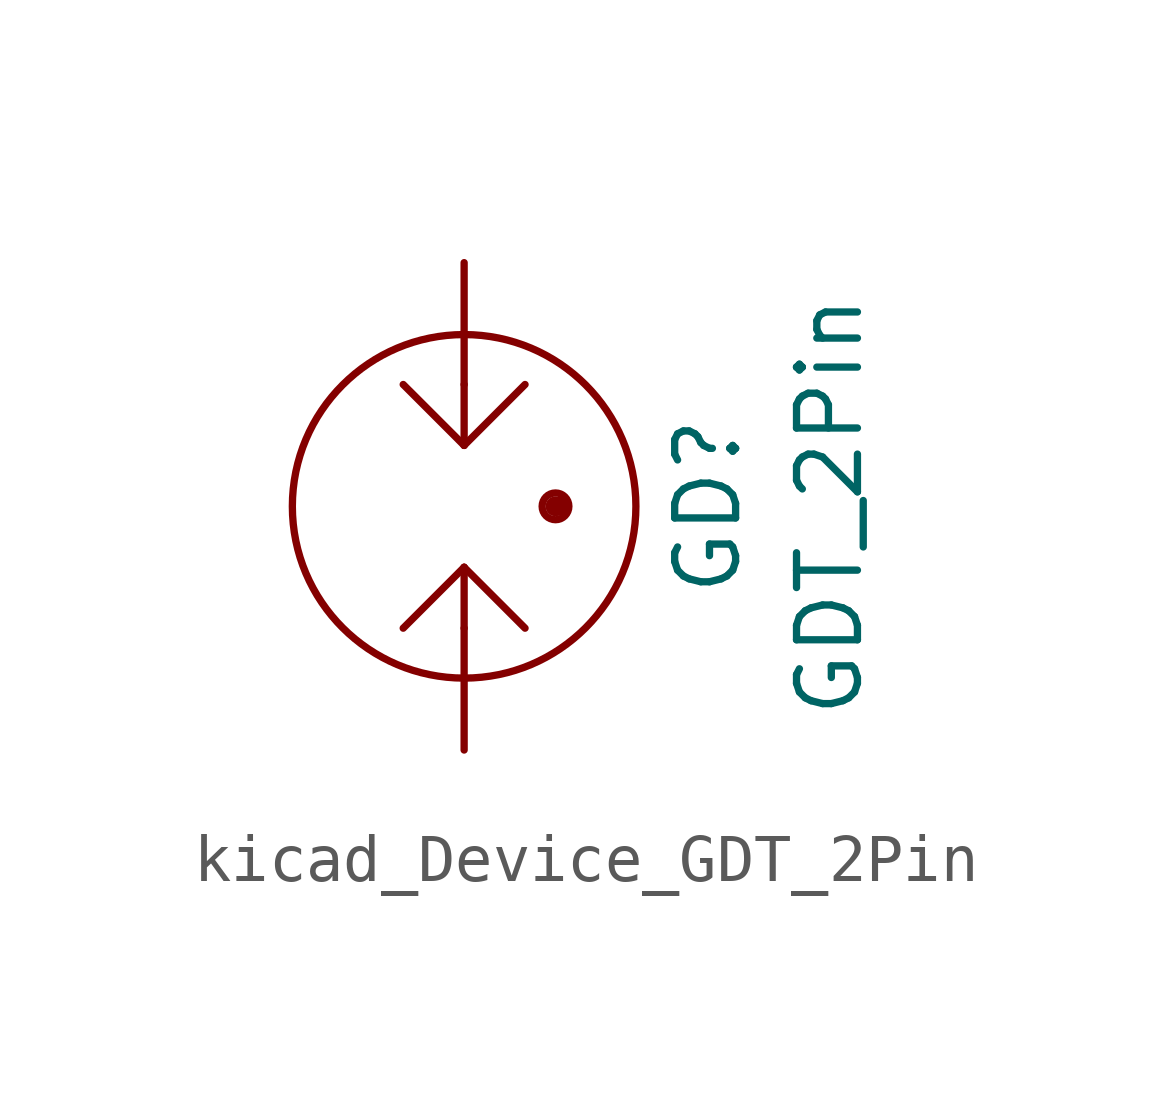
<source format=kicad_sym>
(kicad_symbol_lib
  (version 20220914)
  (generator kicad_symbol_editor)
  (symbol "kicad_Device_GDT_2Pin"
    (pin_numbers hide)
    (property "Reference" "GD"
      (at 5.08 0 90)
      (effects (font (size 1.27 1.27))))
    (property "Value" "GDT_2Pin"
      (at 7.62 0 90)
      (effects (font (size 1.27 1.27))))
    (symbol "kicad_Device_GDT_2Pin_0_1"
      (polyline (pts (xy 0 -2.54) (xy 0 -1.27)) (stroke (width 0) (type default)) (fill (type none)))
      (polyline (pts (xy 0 -1.27) (xy -1.27 -2.54)) (stroke (width 0) (type default)) (fill (type none)))
      (polyline (pts (xy 0 -1.27) (xy 1.27 -2.54)) (stroke (width 0) (type default)) (fill (type none)))
      (polyline (pts (xy 0 1.27) (xy -1.27 2.54)) (stroke (width 0) (type default)) (fill (type none)))
      (polyline (pts (xy 0 1.27) (xy 1.27 2.54)) (stroke (width 0) (type default)) (fill (type none)))
      (polyline (pts (xy 0 2.54) (xy 0 1.27)) (stroke (width 0) (type default)) (fill (type none)))
      (circle (center 0 0) (radius 3.581) (stroke (width 0) (type default)) (fill (type none)))
      (circle (center 1.905 0) (radius 0.127) (stroke (width 0) (type default)) (fill (type none)))
      (circle (center 1.905 0) (radius 0.127) (stroke (width 0) (type default)) (fill (type none)))
      (circle (center 1.905 0) (radius 0.279) (stroke (width 0) (type default)) (fill (type none)))
      (circle (center 2.032 0) (radius 0.127) (stroke (width 0) (type default)) (fill (type none))))
    (symbol "kicad_Device_GDT_2Pin_1_1"
      (pin passive line (at 0 -5.08 90) (length 2.54) (name "~" (effects (font (size 1.27 1.27)))) (number "1" (effects (font (size 1.27 1.27)))))
      (pin passive line (at 0 5.08 270) (length 2.54) (name "~" (effects (font (size 1.27 1.27)))) (number "3" (effects (font (size 1.27 1.27))))))))
</source>
